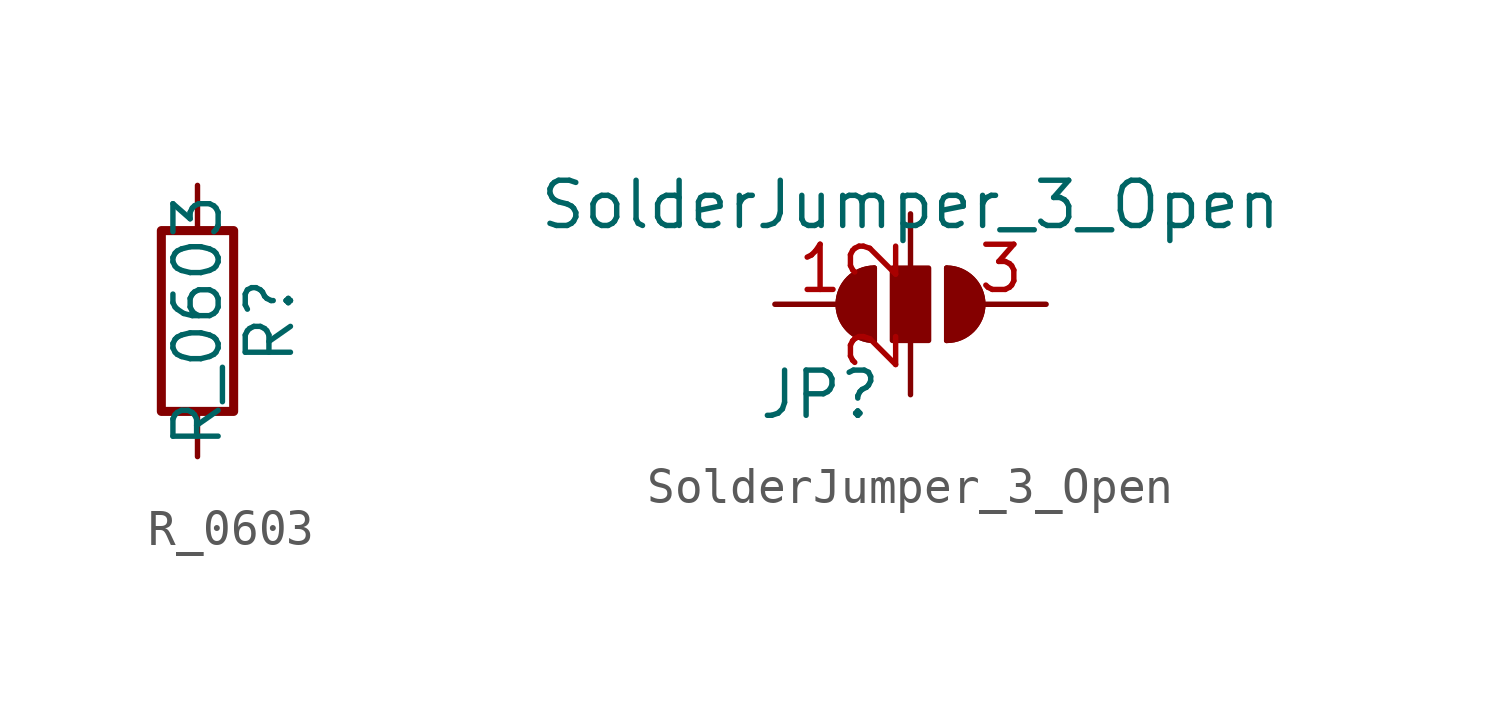
<source format=kicad_sym>
(kicad_symbol_lib
  (version 20231120)
  (generator "kicad_symbol_editor")
  (generator_version "8.0")
  (symbol "R_0603"
    (pin_numbers hide)
    (pin_names
      (offset 0))
    (property "Reference" "R"
      (at 2.032 0 90)
      (effects (font (size 1.27 1.27))))
    (property "Value" "R_0603"
      (at 0 0 90)
      (effects (font (size 1.27 1.27))))
    (symbol "R_0603_0_1"
      (rectangle (start -1.016 -2.54) (end 1.016 2.54) (stroke (width 0.254) (type default)) (fill (type none))))
    (symbol "R_0603_1_1"
      (pin passive line (at 0 3.81 270) (length 1.27) (name "~" (effects (font (size 1.27 1.27)))) (number "1" (effects (font (size 1.27 1.27)))))
      (pin passive line (at 0 -3.81 90) (length 1.27) (name "~" (effects (font (size 1.27 1.27)))) (number "2" (effects (font (size 1.27 1.27)))))))
  (symbol "SolderJumper_3_Open"
    (pin_names
      (offset 0) hide)
    (property "Reference" "JP"
      (at -2.54 -2.54 0)
      (effects (font (size 1.27 1.27))))
    (property "Value" "SolderJumper_3_Open"
      (at 0 2.794 0)
      (effects (font (size 1.27 1.27))))
    (symbol "SolderJumper_3_Open_0_1"
      (arc (start -1.016 1.016) (mid -2.0276 0) (end -1.016 -1.016) (stroke (width 0) (type default)) (fill (type none)))
      (arc (start -1.016 1.016) (mid -2.0276 0) (end -1.016 -1.016) (stroke (width 0) (type default)) (fill (type outline)))
      (rectangle (start -0.508 1.016) (end 0.508 -1.016) (stroke (width 0) (type default)) (fill (type outline)))
      (polyline (pts (xy -1.016 1.016) (xy -1.016 -1.016)) (stroke (width 0) (type default)) (fill (type none)))
      (polyline (pts (xy 1.016 1.016) (xy 1.016 -1.016)) (stroke (width 0) (type default)) (fill (type none)))
      (arc (start 1.016 -1.016) (mid 2.0276 0) (end 1.016 1.016) (stroke (width 0) (type default)) (fill (type none)))
      (arc (start 1.016 -1.016) (mid 2.0276 0) (end 1.016 1.016) (stroke (width 0) (type default)) (fill (type outline))))
    (symbol "SolderJumper_3_Open_1_1"
      (pin passive line (at -3.81 0 0) (length 2.54) (name "A" (effects (font (size 1.27 1.27)))) (number "1" (effects (font (size 1.27 1.27)))))
      (pin passive line (at 0 -2.54 90) (length 2.54) (name "C" (effects (font (size 1.27 1.27)))) (number "2" (effects (font (size 1.27 1.27)))))
      (pin passive line (at 0 2.54 270) (length 2.54) (name "C" (effects (font (size 1.27 1.27)))) (number "2" (effects (font (size 1.27 1.27)))))
      (pin passive line (at 3.81 0 180) (length 2.54) (name "B" (effects (font (size 1.27 1.27)))) (number "3" (effects (font (size 1.27 1.27))))))))
</source>
